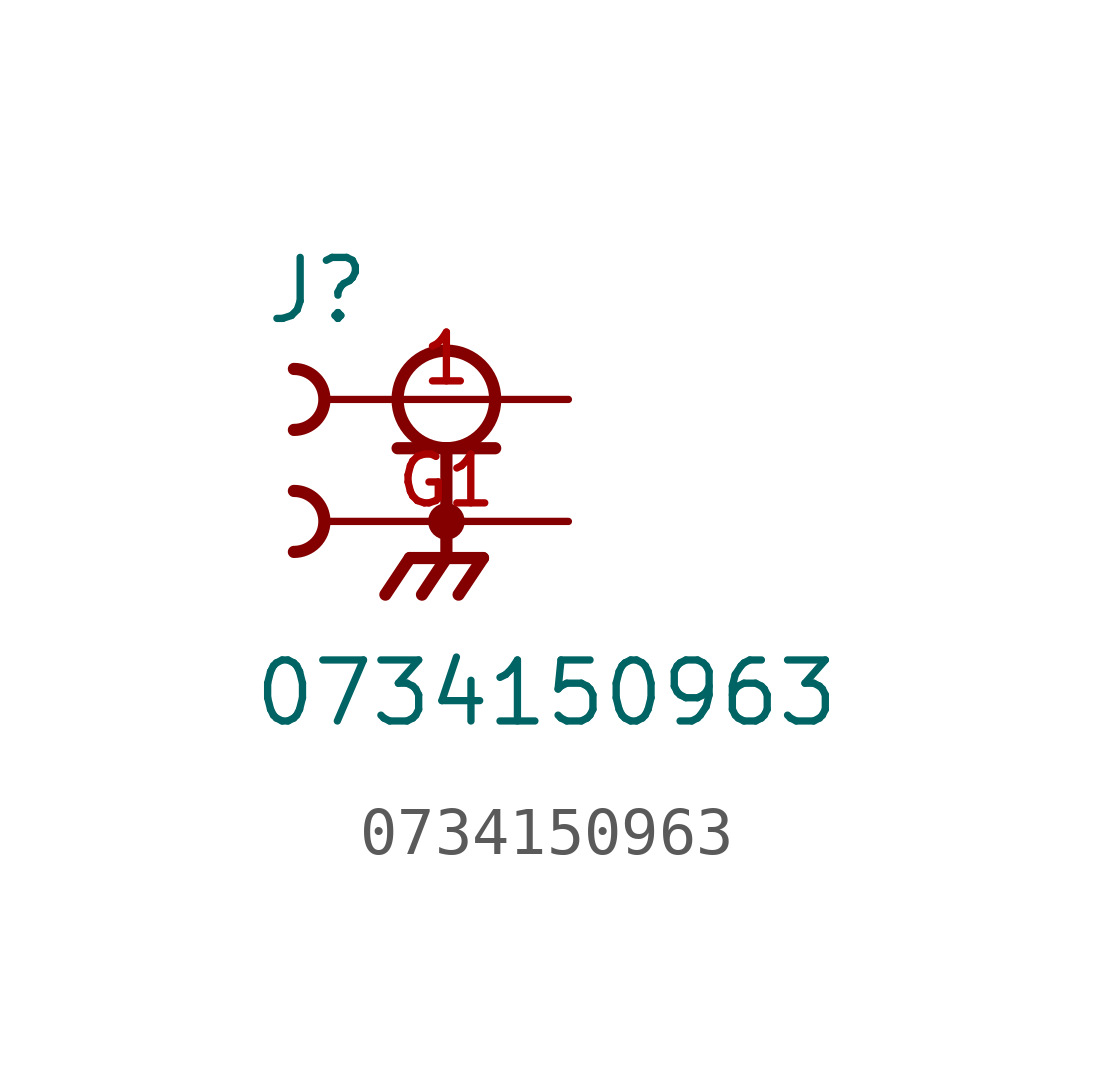
<source format=kicad_sym>
(kicad_symbol_lib
  (version 20211014)
  (generator kicad_symbol_editor)
  (symbol "0734150963"
    (pin_names
      (offset 1.016))
    (property "Reference" "J"
      (at -3.81 1.524 0)
      (effects (font (size 1.27 1.27)) (justify bottom left)))
    (property "Value" "0734150963"
      (at -4.064 -6.858 0)
      (effects (font (size 1.27 1.27)) (justify bottom left)))
    (symbol "0734150963_0_0"
      (circle (center 0.0 0.0) (radius 1.016) (stroke (width 0.254)) (fill (type none)))
      (polyline (pts (xy -1.016 -1.016) (xy 0.0 -1.016)) (stroke (width 0.254)))
      (polyline (pts (xy 0.0 -1.016) (xy 1.016 -1.016)) (stroke (width 0.254)))
      (polyline (pts (xy 0.0 -1.016) (xy 0.0 -3.302)) (stroke (width 0.254)))
      (circle (center 0.0 -2.54) (radius 0.254) (stroke (width 0.254)) (fill (type none)))
      (polyline (pts (xy 0.0 -3.302) (xy -0.762 -3.302)) (stroke (width 0.254)))
      (polyline (pts (xy 0.0 -3.302) (xy 0.762 -3.302)) (stroke (width 0.254)))
      (polyline (pts (xy -0.762 -3.302) (xy -1.27 -4.064)) (stroke (width 0.254)))
      (polyline (pts (xy 0.0 -3.302) (xy -0.508 -4.064)) (stroke (width 0.254)))
      (polyline (pts (xy 0.762 -3.302) (xy 0.254 -4.064)) (stroke (width 0.254)))
      (arc (start -3.175 0.635) (mid -2.54 -0.0) (end -3.175 -0.635) (stroke (width 0.254) (type default) (color 0 0 0 0)) (fill (type none)))
      (arc (start -3.175 -1.905) (mid -2.54 -2.54) (end -3.175 -3.175) (stroke (width 0.254) (type default) (color 0 0 0 0)) (fill (type none)))
      (pin passive line (at 2.54 0.0 180.0) (length 5.08) (name "~" (effects (font (size 1.016 1.016)))) (number "1" (effects (font (size 1.016 1.016)))))
      (pin passive line (at 2.54 -2.54 180.0) (length 5.08) (name "~" (effects (font (size 1.016 1.016)))) (number "G1" (effects (font (size 1.016 1.016))))))))
</source>
